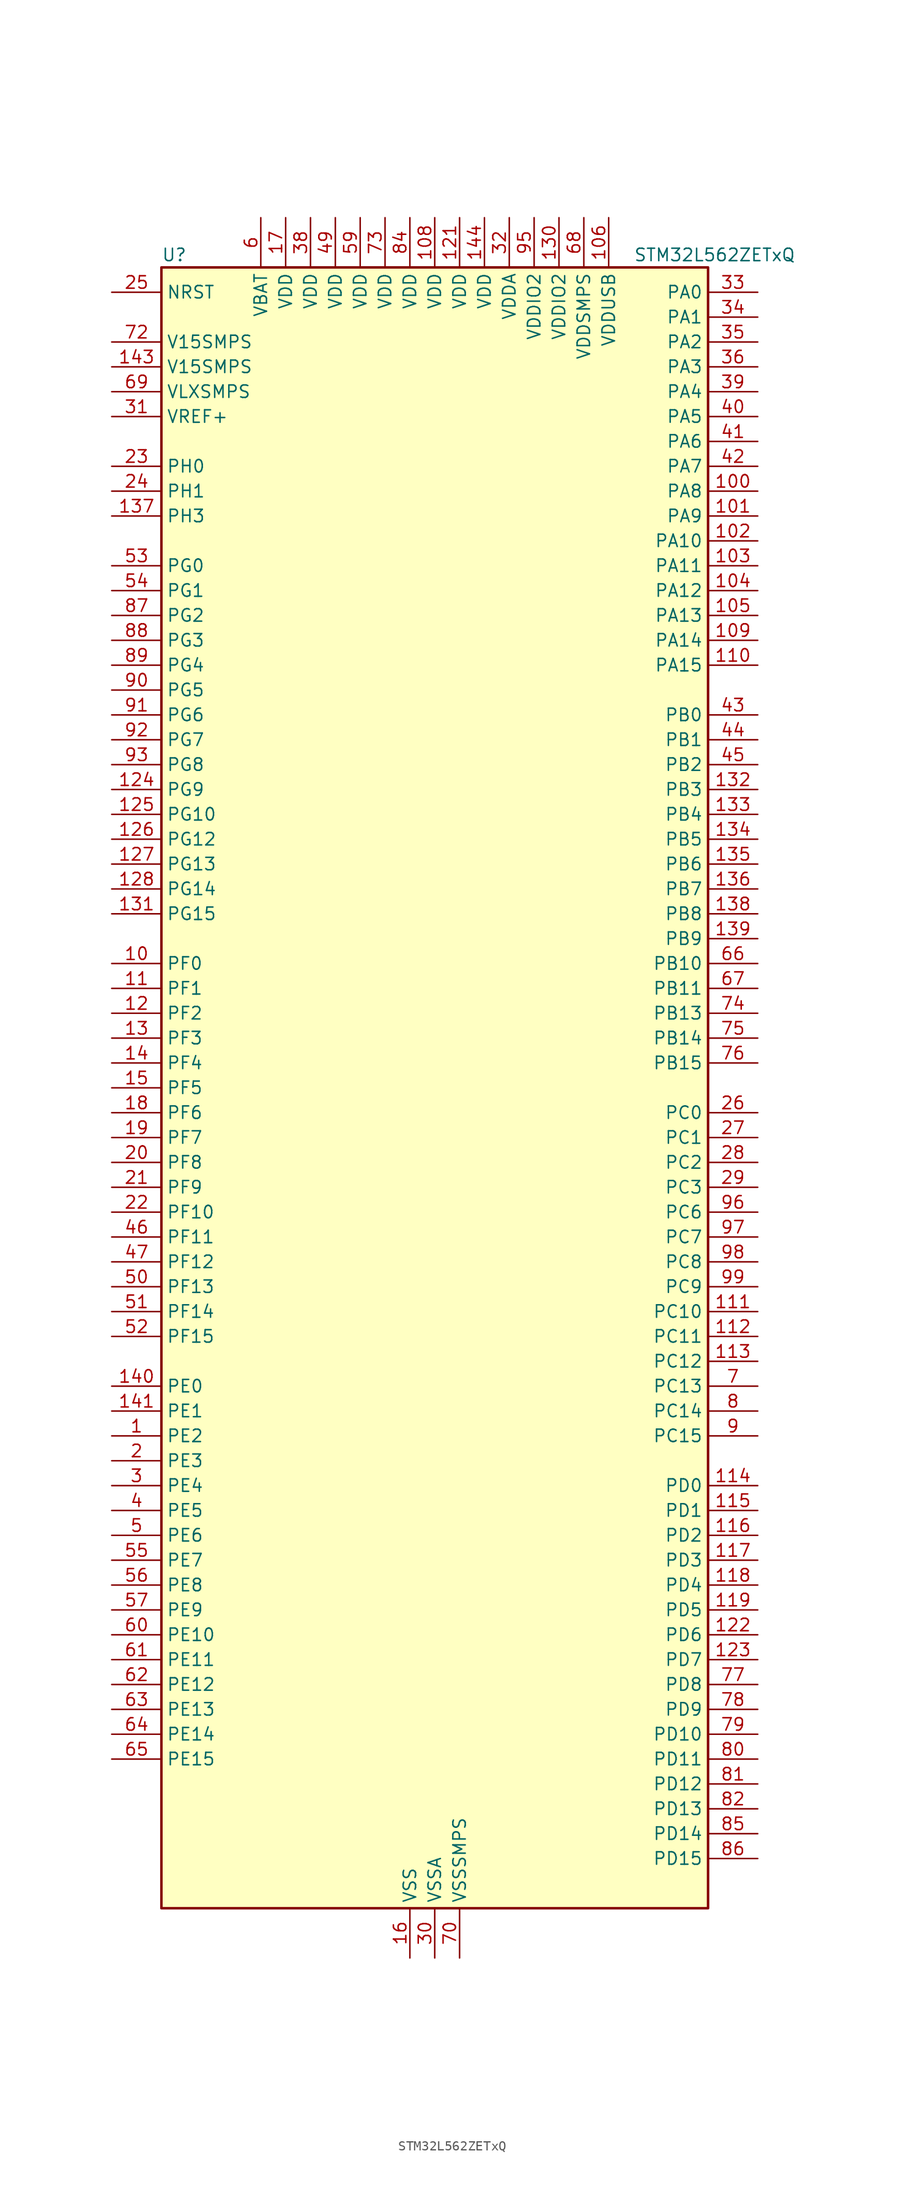
<source format=kicad_sym>
(kicad_symbol_lib
  (version 20220914)
  (generator kicad_symbol_editor)
  (symbol "STM32L562ZETxQ"
    (property "Reference" "U"
      (at -27.94 85.09 0)
      (effects (font (size 1.27 1.27)) (justify left)))
    (property "Value" "STM32L562ZETxQ"
      (at 20.32 85.09 0)
      (effects (font (size 1.27 1.27)) (justify left)))
    (property "ki_locked" ""
      (at 0 0 0)
      (effects (font (size 1.27 1.27))))
    (symbol "STM32L562ZETxQ_0_1"
      (rectangle (start -27.94 -83.82) (end 27.94 83.82) (stroke (width 0.254) (type default)) (fill (type background))))
    (symbol "STM32L562ZETxQ_1_1"
      (pin bidirectional line (at -33.02 -35.56 0) (length 5.08) (name "PE2" (effects (font (size 1.27 1.27)))) (number "1" (effects (font (size 1.27 1.27)))) (alternate "DEBUG_TRACECLK" bidirectional line) (alternate "FMC_A23" bidirectional line) (alternate "SAI1_CK1" bidirectional line) (alternate "SAI1_MCLK_A" bidirectional line) (alternate "TIM3_ETR" bidirectional line) (alternate "TSC_G7_IO1" bidirectional line))
      (pin bidirectional line (at -33.02 12.7 0) (length 5.08) (name "PF0" (effects (font (size 1.27 1.27)))) (number "10" (effects (font (size 1.27 1.27)))) (alternate "FMC_A0" bidirectional line) (alternate "I2C2_SDA" bidirectional line))
      (pin bidirectional line (at 33.02 60.96 180) (length 5.08) (name "PA8" (effects (font (size 1.27 1.27)))) (number "100" (effects (font (size 1.27 1.27)))) (alternate "LPTIM2_OUT" bidirectional line) (alternate "RCC_MCO" bidirectional line) (alternate "SAI1_CK2" bidirectional line) (alternate "SAI1_SCK_A" bidirectional line) (alternate "TIM1_CH1" bidirectional line) (alternate "USART1_CK" bidirectional line))
      (pin bidirectional line (at 33.02 58.42 180) (length 5.08) (name "PA9" (effects (font (size 1.27 1.27)))) (number "101" (effects (font (size 1.27 1.27)))) (alternate "DAC1_EXTI9" bidirectional line) (alternate "SAI1_FS_A" bidirectional line) (alternate "SPI2_SCK" bidirectional line) (alternate "TIM15_BKIN" bidirectional line) (alternate "TIM1_CH2" bidirectional line) (alternate "USART1_TX" bidirectional line))
      (pin bidirectional line (at 33.02 55.88 180) (length 5.08) (name "PA10" (effects (font (size 1.27 1.27)))) (number "102" (effects (font (size 1.27 1.27)))) (alternate "CRS_SYNC" bidirectional line) (alternate "SAI1_D1" bidirectional line) (alternate "SAI1_SD_A" bidirectional line) (alternate "TIM17_BKIN" bidirectional line) (alternate "TIM1_CH3" bidirectional line) (alternate "USART1_RX" bidirectional line))
      (pin bidirectional line (at 33.02 53.34 180) (length 5.08) (name "PA11" (effects (font (size 1.27 1.27)))) (number "103" (effects (font (size 1.27 1.27)))) (alternate "ADC1_EXTI11" bidirectional line) (alternate "ADC2_EXTI11" bidirectional line) (alternate "FDCAN1_RX" bidirectional line) (alternate "SPI1_MISO" bidirectional line) (alternate "TIM1_BKIN2" bidirectional line) (alternate "TIM1_CH4" bidirectional line) (alternate "USART1_CTS" bidirectional line) (alternate "USART1_NSS" bidirectional line) (alternate "USB_DM" bidirectional line))
      (pin bidirectional line (at 33.02 50.8 180) (length 5.08) (name "PA12" (effects (font (size 1.27 1.27)))) (number "104" (effects (font (size 1.27 1.27)))) (alternate "FDCAN1_TX" bidirectional line) (alternate "SPI1_MOSI" bidirectional line) (alternate "TIM1_ETR" bidirectional line) (alternate "USART1_DE" bidirectional line) (alternate "USART1_RTS" bidirectional line) (alternate "USB_DP" bidirectional line))
      (pin bidirectional line (at 33.02 48.26 180) (length 5.08) (name "PA13" (effects (font (size 1.27 1.27)))) (number "105" (effects (font (size 1.27 1.27)))) (alternate "DEBUG_JTMS-SWDIO" bidirectional line) (alternate "IR_OUT" bidirectional line) (alternate "SAI1_SD_B" bidirectional line) (alternate "USB_NOE" bidirectional line))
      (pin power_in line (at 17.78 88.9 270) (length 5.08) (name "VDDUSB" (effects (font (size 1.27 1.27)))) (number "106" (effects (font (size 1.27 1.27)))))
      (pin passive line (at -2.54 -88.9 90) (length 5.08) hide (name "VSS" (effects (font (size 1.27 1.27)))) (number "107" (effects (font (size 1.27 1.27)))))
      (pin power_in line (at 0 88.9 270) (length 5.08) (name "VDD" (effects (font (size 1.27 1.27)))) (number "108" (effects (font (size 1.27 1.27)))))
      (pin bidirectional line (at 33.02 45.72 180) (length 5.08) (name "PA14" (effects (font (size 1.27 1.27)))) (number "109" (effects (font (size 1.27 1.27)))) (alternate "DEBUG_JTCK-SWCLK" bidirectional line) (alternate "I2C1_SMBA" bidirectional line) (alternate "I2C4_SMBA" bidirectional line) (alternate "LPTIM1_OUT" bidirectional line) (alternate "SAI1_FS_B" bidirectional line))
      (pin bidirectional line (at -33.02 10.16 0) (length 5.08) (name "PF1" (effects (font (size 1.27 1.27)))) (number "11" (effects (font (size 1.27 1.27)))) (alternate "FMC_A1" bidirectional line) (alternate "I2C2_SCL" bidirectional line))
      (pin bidirectional line (at 33.02 43.18 180) (length 5.08) (name "PA15" (effects (font (size 1.27 1.27)))) (number "110" (effects (font (size 1.27 1.27)))) (alternate "ADC1_EXTI15" bidirectional line) (alternate "ADC2_EXTI15" bidirectional line) (alternate "DEBUG_JTDI" bidirectional line) (alternate "SAI2_FS_B" bidirectional line) (alternate "SPI1_NSS" bidirectional line) (alternate "SPI3_NSS" bidirectional line) (alternate "TIM2_CH1" bidirectional line) (alternate "TIM2_ETR" bidirectional line) (alternate "UART4_DE" bidirectional line) (alternate "UART4_RTS" bidirectional line) (alternate "UCPD1_CC1" bidirectional line) (alternate "USART2_RX" bidirectional line) (alternate "USART3_DE" bidirectional line) (alternate "USART3_RTS" bidirectional line))
      (pin bidirectional line (at 33.02 -22.86 180) (length 5.08) (name "PC10" (effects (font (size 1.27 1.27)))) (number "111" (effects (font (size 1.27 1.27)))) (alternate "DEBUG_TRACED1" bidirectional line) (alternate "LPTIM3_ETR" bidirectional line) (alternate "SAI2_SCK_B" bidirectional line) (alternate "SDMMC1_D2" bidirectional line) (alternate "SPI3_SCK" bidirectional line) (alternate "TSC_G3_IO2" bidirectional line) (alternate "UART4_TX" bidirectional line) (alternate "USART3_TX" bidirectional line))
      (pin bidirectional line (at 33.02 -25.4 180) (length 5.08) (name "PC11" (effects (font (size 1.27 1.27)))) (number "112" (effects (font (size 1.27 1.27)))) (alternate "ADC1_EXTI11" bidirectional line) (alternate "ADC2_EXTI11" bidirectional line) (alternate "LPTIM3_IN1" bidirectional line) (alternate "OCTOSPI1_NCS" bidirectional line) (alternate "SAI2_MCLK_B" bidirectional line) (alternate "SDMMC1_D3" bidirectional line) (alternate "SPI3_MISO" bidirectional line) (alternate "TSC_G3_IO3" bidirectional line) (alternate "UART4_RX" bidirectional line) (alternate "UCPD1_FRSTX2" bidirectional line) (alternate "USART3_RX" bidirectional line))
      (pin bidirectional line (at 33.02 -27.94 180) (length 5.08) (name "PC12" (effects (font (size 1.27 1.27)))) (number "113" (effects (font (size 1.27 1.27)))) (alternate "DEBUG_TRACED3" bidirectional line) (alternate "SAI2_SD_B" bidirectional line) (alternate "SDMMC1_CK" bidirectional line) (alternate "SPI3_MOSI" bidirectional line) (alternate "TSC_G3_IO4" bidirectional line) (alternate "UART5_TX" bidirectional line) (alternate "USART3_CK" bidirectional line))
      (pin bidirectional line (at 33.02 -40.64 180) (length 5.08) (name "PD0" (effects (font (size 1.27 1.27)))) (number "114" (effects (font (size 1.27 1.27)))) (alternate "FDCAN1_RX" bidirectional line) (alternate "FMC_D2" bidirectional line) (alternate "FMC_DA2" bidirectional line) (alternate "SPI2_NSS" bidirectional line))
      (pin bidirectional line (at 33.02 -43.18 180) (length 5.08) (name "PD1" (effects (font (size 1.27 1.27)))) (number "115" (effects (font (size 1.27 1.27)))) (alternate "FDCAN1_TX" bidirectional line) (alternate "FMC_D3" bidirectional line) (alternate "FMC_DA3" bidirectional line) (alternate "SPI2_SCK" bidirectional line))
      (pin bidirectional line (at 33.02 -45.72 180) (length 5.08) (name "PD2" (effects (font (size 1.27 1.27)))) (number "116" (effects (font (size 1.27 1.27)))) (alternate "DEBUG_TRACED2" bidirectional line) (alternate "SDMMC1_CMD" bidirectional line) (alternate "TIM3_ETR" bidirectional line) (alternate "TSC_SYNC" bidirectional line) (alternate "UART5_RX" bidirectional line) (alternate "USART3_DE" bidirectional line) (alternate "USART3_RTS" bidirectional line))
      (pin bidirectional line (at 33.02 -48.26 180) (length 5.08) (name "PD3" (effects (font (size 1.27 1.27)))) (number "117" (effects (font (size 1.27 1.27)))) (alternate "DFSDM1_DATIN0" bidirectional line) (alternate "FMC_CLK" bidirectional line) (alternate "SPI2_MISO" bidirectional line) (alternate "SPI2_SCK" bidirectional line) (alternate "USART2_CTS" bidirectional line) (alternate "USART2_NSS" bidirectional line))
      (pin bidirectional line (at 33.02 -50.8 180) (length 5.08) (name "PD4" (effects (font (size 1.27 1.27)))) (number "118" (effects (font (size 1.27 1.27)))) (alternate "DFSDM1_CKIN0" bidirectional line) (alternate "FMC_NOE" bidirectional line) (alternate "OCTOSPI1_IO4" bidirectional line) (alternate "SPI2_MOSI" bidirectional line) (alternate "USART2_DE" bidirectional line) (alternate "USART2_RTS" bidirectional line))
      (pin bidirectional line (at 33.02 -53.34 180) (length 5.08) (name "PD5" (effects (font (size 1.27 1.27)))) (number "119" (effects (font (size 1.27 1.27)))) (alternate "FMC_NWE" bidirectional line) (alternate "OCTOSPI1_IO5" bidirectional line) (alternate "USART2_TX" bidirectional line))
      (pin bidirectional line (at -33.02 7.62 0) (length 5.08) (name "PF2" (effects (font (size 1.27 1.27)))) (number "12" (effects (font (size 1.27 1.27)))) (alternate "FMC_A2" bidirectional line) (alternate "I2C2_SMBA" bidirectional line))
      (pin passive line (at -2.54 -88.9 90) (length 5.08) hide (name "VSS" (effects (font (size 1.27 1.27)))) (number "120" (effects (font (size 1.27 1.27)))))
      (pin power_in line (at 2.54 88.9 270) (length 5.08) (name "VDD" (effects (font (size 1.27 1.27)))) (number "121" (effects (font (size 1.27 1.27)))))
      (pin bidirectional line (at 33.02 -55.88 180) (length 5.08) (name "PD6" (effects (font (size 1.27 1.27)))) (number "122" (effects (font (size 1.27 1.27)))) (alternate "DFSDM1_DATIN1" bidirectional line) (alternate "FMC_NWAIT" bidirectional line) (alternate "OCTOSPI1_IO6" bidirectional line) (alternate "SAI1_D1" bidirectional line) (alternate "SAI1_SD_A" bidirectional line) (alternate "SPI3_MOSI" bidirectional line) (alternate "USART2_RX" bidirectional line))
      (pin bidirectional line (at 33.02 -58.42 180) (length 5.08) (name "PD7" (effects (font (size 1.27 1.27)))) (number "123" (effects (font (size 1.27 1.27)))) (alternate "DFSDM1_CKIN1" bidirectional line) (alternate "FMC_NCE" bidirectional line) (alternate "FMC_NE1" bidirectional line) (alternate "OCTOSPI1_IO7" bidirectional line) (alternate "USART2_CK" bidirectional line))
      (pin bidirectional line (at -33.02 30.48 0) (length 5.08) (name "PG9" (effects (font (size 1.27 1.27)))) (number "124" (effects (font (size 1.27 1.27)))) (alternate "DAC1_EXTI9" bidirectional line) (alternate "FMC_NCE" bidirectional line) (alternate "FMC_NE2" bidirectional line) (alternate "SAI2_SCK_A" bidirectional line) (alternate "SPI3_SCK" bidirectional line) (alternate "TIM15_CH1N" bidirectional line) (alternate "USART1_TX" bidirectional line))
      (pin bidirectional line (at -33.02 27.94 0) (length 5.08) (name "PG10" (effects (font (size 1.27 1.27)))) (number "125" (effects (font (size 1.27 1.27)))) (alternate "FMC_NE3" bidirectional line) (alternate "LPTIM1_IN1" bidirectional line) (alternate "SAI2_FS_A" bidirectional line) (alternate "SPI3_MISO" bidirectional line) (alternate "TIM15_CH1" bidirectional line) (alternate "USART1_RX" bidirectional line))
      (pin bidirectional line (at -33.02 25.4 0) (length 5.08) (name "PG12" (effects (font (size 1.27 1.27)))) (number "126" (effects (font (size 1.27 1.27)))) (alternate "FMC_NE4" bidirectional line) (alternate "LPTIM1_ETR" bidirectional line) (alternate "SAI2_SD_A" bidirectional line) (alternate "SPI3_NSS" bidirectional line) (alternate "USART1_DE" bidirectional line) (alternate "USART1_RTS" bidirectional line))
      (pin bidirectional line (at -33.02 22.86 0) (length 5.08) (name "PG13" (effects (font (size 1.27 1.27)))) (number "127" (effects (font (size 1.27 1.27)))) (alternate "FMC_A24" bidirectional line) (alternate "I2C1_SDA" bidirectional line) (alternate "USART1_CK" bidirectional line))
      (pin bidirectional line (at -33.02 20.32 0) (length 5.08) (name "PG14" (effects (font (size 1.27 1.27)))) (number "128" (effects (font (size 1.27 1.27)))) (alternate "FMC_A25" bidirectional line) (alternate "I2C1_SCL" bidirectional line))
      (pin passive line (at -2.54 -88.9 90) (length 5.08) hide (name "VSS" (effects (font (size 1.27 1.27)))) (number "129" (effects (font (size 1.27 1.27)))))
      (pin bidirectional line (at -33.02 5.08 0) (length 5.08) (name "PF3" (effects (font (size 1.27 1.27)))) (number "13" (effects (font (size 1.27 1.27)))) (alternate "FMC_A3" bidirectional line) (alternate "LPTIM3_IN1" bidirectional line))
      (pin power_in line (at 12.7 88.9 270) (length 5.08) (name "VDDIO2" (effects (font (size 1.27 1.27)))) (number "130" (effects (font (size 1.27 1.27)))))
      (pin bidirectional line (at -33.02 17.78 0) (length 5.08) (name "PG15" (effects (font (size 1.27 1.27)))) (number "131" (effects (font (size 1.27 1.27)))) (alternate "ADC1_EXTI15" bidirectional line) (alternate "ADC2_EXTI15" bidirectional line) (alternate "I2C1_SMBA" bidirectional line) (alternate "LPTIM1_OUT" bidirectional line))
      (pin bidirectional line (at 33.02 30.48 180) (length 5.08) (name "PB3" (effects (font (size 1.27 1.27)))) (number "132" (effects (font (size 1.27 1.27)))) (alternate "COMP2_INM" bidirectional line) (alternate "CRS_SYNC" bidirectional line) (alternate "DEBUG_JTDO-SWO" bidirectional line) (alternate "SAI1_SCK_B" bidirectional line) (alternate "SPI1_SCK" bidirectional line) (alternate "SPI3_SCK" bidirectional line) (alternate "TIM2_CH2" bidirectional line) (alternate "USART1_DE" bidirectional line) (alternate "USART1_RTS" bidirectional line))
      (pin bidirectional line (at 33.02 27.94 180) (length 5.08) (name "PB4" (effects (font (size 1.27 1.27)))) (number "133" (effects (font (size 1.27 1.27)))) (alternate "COMP2_INP" bidirectional line) (alternate "DEBUG_JTRST" bidirectional line) (alternate "I2C3_SDA" bidirectional line) (alternate "SAI1_MCLK_B" bidirectional line) (alternate "SPI1_MISO" bidirectional line) (alternate "SPI3_MISO" bidirectional line) (alternate "TIM17_BKIN" bidirectional line) (alternate "TIM3_CH1" bidirectional line) (alternate "TSC_G2_IO1" bidirectional line) (alternate "UART5_DE" bidirectional line) (alternate "UART5_RTS" bidirectional line) (alternate "USART1_CTS" bidirectional line) (alternate "USART1_NSS" bidirectional line))
      (pin bidirectional line (at 33.02 25.4 180) (length 5.08) (name "PB5" (effects (font (size 1.27 1.27)))) (number "134" (effects (font (size 1.27 1.27)))) (alternate "COMP2_OUT" bidirectional line) (alternate "I2C1_SMBA" bidirectional line) (alternate "LPTIM1_IN1" bidirectional line) (alternate "OCTOSPI1_NCLK" bidirectional line) (alternate "SAI1_SD_B" bidirectional line) (alternate "SPI1_MOSI" bidirectional line) (alternate "SPI3_MOSI" bidirectional line) (alternate "TIM16_BKIN" bidirectional line) (alternate "TIM3_CH2" bidirectional line) (alternate "TSC_G2_IO2" bidirectional line) (alternate "UART5_CTS" bidirectional line) (alternate "UCPD1_DBCC1" bidirectional line) (alternate "USART1_CK" bidirectional line))
      (pin bidirectional line (at 33.02 22.86 180) (length 5.08) (name "PB6" (effects (font (size 1.27 1.27)))) (number "135" (effects (font (size 1.27 1.27)))) (alternate "COMP2_INP" bidirectional line) (alternate "I2C1_SCL" bidirectional line) (alternate "I2C4_SCL" bidirectional line) (alternate "LPTIM1_ETR" bidirectional line) (alternate "SAI1_FS_B" bidirectional line) (alternate "TIM16_CH1N" bidirectional line) (alternate "TIM4_CH1" bidirectional line) (alternate "TIM8_BKIN2" bidirectional line) (alternate "TSC_G2_IO3" bidirectional line) (alternate "USART1_TX" bidirectional line))
      (pin bidirectional line (at 33.02 20.32 180) (length 5.08) (name "PB7" (effects (font (size 1.27 1.27)))) (number "136" (effects (font (size 1.27 1.27)))) (alternate "COMP2_INM" bidirectional line) (alternate "FMC_NL" bidirectional line) (alternate "I2C1_SDA" bidirectional line) (alternate "I2C4_SDA" bidirectional line) (alternate "LPTIM1_IN2" bidirectional line) (alternate "PWR_PVD_IN" bidirectional line) (alternate "TIM17_CH1N" bidirectional line) (alternate "TIM4_CH2" bidirectional line) (alternate "TIM8_BKIN" bidirectional line) (alternate "TSC_G2_IO4" bidirectional line) (alternate "UART4_CTS" bidirectional line) (alternate "USART1_RX" bidirectional line))
      (pin bidirectional line (at -33.02 58.42 0) (length 5.08) (name "PH3" (effects (font (size 1.27 1.27)))) (number "137" (effects (font (size 1.27 1.27)))))
      (pin bidirectional line (at 33.02 17.78 180) (length 5.08) (name "PB8" (effects (font (size 1.27 1.27)))) (number "138" (effects (font (size 1.27 1.27)))) (alternate "DFSDM1_CKOUT" bidirectional line) (alternate "FDCAN1_RX" bidirectional line) (alternate "I2C1_SCL" bidirectional line) (alternate "SAI1_CK1" bidirectional line) (alternate "SAI1_MCLK_A" bidirectional line) (alternate "SDMMC1_CKIN" bidirectional line) (alternate "SDMMC1_D4" bidirectional line) (alternate "TIM16_CH1" bidirectional line) (alternate "TIM4_CH3" bidirectional line))
      (pin bidirectional line (at 33.02 15.24 180) (length 5.08) (name "PB9" (effects (font (size 1.27 1.27)))) (number "139" (effects (font (size 1.27 1.27)))) (alternate "DAC1_EXTI9" bidirectional line) (alternate "FDCAN1_TX" bidirectional line) (alternate "I2C1_SDA" bidirectional line) (alternate "IR_OUT" bidirectional line) (alternate "SAI1_D2" bidirectional line) (alternate "SAI1_FS_A" bidirectional line) (alternate "SDMMC1_CDIR" bidirectional line) (alternate "SDMMC1_D5" bidirectional line) (alternate "SPI2_NSS" bidirectional line) (alternate "TIM17_CH1" bidirectional line) (alternate "TIM4_CH4" bidirectional line))
      (pin bidirectional line (at -33.02 2.54 0) (length 5.08) (name "PF4" (effects (font (size 1.27 1.27)))) (number "14" (effects (font (size 1.27 1.27)))) (alternate "FMC_A4" bidirectional line) (alternate "LPTIM3_ETR" bidirectional line))
      (pin bidirectional line (at -33.02 -30.48 0) (length 5.08) (name "PE0" (effects (font (size 1.27 1.27)))) (number "140" (effects (font (size 1.27 1.27)))) (alternate "FMC_NBL0" bidirectional line) (alternate "TIM16_CH1" bidirectional line) (alternate "TIM4_ETR" bidirectional line))
      (pin bidirectional line (at -33.02 -33.02 0) (length 5.08) (name "PE1" (effects (font (size 1.27 1.27)))) (number "141" (effects (font (size 1.27 1.27)))) (alternate "FMC_NBL1" bidirectional line) (alternate "TIM17_CH1" bidirectional line))
      (pin passive line (at -2.54 -88.9 90) (length 5.08) hide (name "VSS" (effects (font (size 1.27 1.27)))) (number "142" (effects (font (size 1.27 1.27)))))
      (pin power_in line (at -33.02 73.66 0) (length 5.08) (name "V15SMPS" (effects (font (size 1.27 1.27)))) (number "143" (effects (font (size 1.27 1.27)))))
      (pin power_in line (at 5.08 88.9 270) (length 5.08) (name "VDD" (effects (font (size 1.27 1.27)))) (number "144" (effects (font (size 1.27 1.27)))))
      (pin bidirectional line (at -33.02 0 0) (length 5.08) (name "PF5" (effects (font (size 1.27 1.27)))) (number "15" (effects (font (size 1.27 1.27)))) (alternate "FMC_A5" bidirectional line) (alternate "LPTIM3_OUT" bidirectional line))
      (pin power_in line (at -2.54 -88.9 90) (length 5.08) (name "VSS" (effects (font (size 1.27 1.27)))) (number "16" (effects (font (size 1.27 1.27)))))
      (pin power_in line (at -15.24 88.9 270) (length 5.08) (name "VDD" (effects (font (size 1.27 1.27)))) (number "17" (effects (font (size 1.27 1.27)))))
      (pin bidirectional line (at -33.02 -2.54 0) (length 5.08) (name "PF6" (effects (font (size 1.27 1.27)))) (number "18" (effects (font (size 1.27 1.27)))) (alternate "OCTOSPI1_IO3" bidirectional line) (alternate "SAI1_SD_B" bidirectional line) (alternate "TIM5_CH1" bidirectional line) (alternate "TIM5_ETR" bidirectional line))
      (pin bidirectional line (at -33.02 -5.08 0) (length 5.08) (name "PF7" (effects (font (size 1.27 1.27)))) (number "19" (effects (font (size 1.27 1.27)))) (alternate "OCTOSPI1_IO2" bidirectional line) (alternate "SAI1_MCLK_B" bidirectional line) (alternate "TAMP_IN6" bidirectional line) (alternate "TAMP_OUT3" bidirectional line) (alternate "TIM5_CH2" bidirectional line))
      (pin bidirectional line (at -33.02 -38.1 0) (length 5.08) (name "PE3" (effects (font (size 1.27 1.27)))) (number "2" (effects (font (size 1.27 1.27)))) (alternate "DEBUG_TRACED0" bidirectional line) (alternate "FMC_A19" bidirectional line) (alternate "OCTOSPI1_DQS" bidirectional line) (alternate "SAI1_SD_B" bidirectional line) (alternate "TIM3_CH1" bidirectional line) (alternate "TSC_G7_IO2" bidirectional line))
      (pin bidirectional line (at -33.02 -7.62 0) (length 5.08) (name "PF8" (effects (font (size 1.27 1.27)))) (number "20" (effects (font (size 1.27 1.27)))) (alternate "OCTOSPI1_IO0" bidirectional line) (alternate "SAI1_SCK_B" bidirectional line) (alternate "TAMP_IN7" bidirectional line) (alternate "TAMP_OUT8" bidirectional line) (alternate "TIM5_CH3" bidirectional line))
      (pin bidirectional line (at -33.02 -10.16 0) (length 5.08) (name "PF9" (effects (font (size 1.27 1.27)))) (number "21" (effects (font (size 1.27 1.27)))) (alternate "DAC1_EXTI9" bidirectional line) (alternate "OCTOSPI1_IO1" bidirectional line) (alternate "SAI1_FS_B" bidirectional line) (alternate "TAMP_IN8" bidirectional line) (alternate "TAMP_OUT7" bidirectional line) (alternate "TIM15_CH1" bidirectional line) (alternate "TIM5_CH4" bidirectional line))
      (pin bidirectional line (at -33.02 -12.7 0) (length 5.08) (name "PF10" (effects (font (size 1.27 1.27)))) (number "22" (effects (font (size 1.27 1.27)))) (alternate "DFSDM1_CKOUT" bidirectional line) (alternate "OCTOSPI1_CLK" bidirectional line) (alternate "SAI1_D3" bidirectional line) (alternate "TIM15_CH2" bidirectional line))
      (pin bidirectional line (at -33.02 63.5 0) (length 5.08) (name "PH0" (effects (font (size 1.27 1.27)))) (number "23" (effects (font (size 1.27 1.27)))) (alternate "RCC_OSC_IN" bidirectional line))
      (pin bidirectional line (at -33.02 60.96 0) (length 5.08) (name "PH1" (effects (font (size 1.27 1.27)))) (number "24" (effects (font (size 1.27 1.27)))) (alternate "RCC_OSC_OUT" bidirectional line))
      (pin input line (at -33.02 81.28 0) (length 5.08) (name "NRST" (effects (font (size 1.27 1.27)))) (number "25" (effects (font (size 1.27 1.27)))))
      (pin bidirectional line (at 33.02 -2.54 180) (length 5.08) (name "PC0" (effects (font (size 1.27 1.27)))) (number "26" (effects (font (size 1.27 1.27)))) (alternate "ADC1_IN1" bidirectional line) (alternate "ADC2_IN1" bidirectional line) (alternate "I2C3_SCL" bidirectional line) (alternate "LPTIM1_IN1" bidirectional line) (alternate "LPTIM2_IN1" bidirectional line) (alternate "LPUART1_RX" bidirectional line) (alternate "OCTOSPI1_IO7" bidirectional line) (alternate "SAI2_FS_A" bidirectional line) (alternate "SDMMC1_D5" bidirectional line))
      (pin bidirectional line (at 33.02 -5.08 180) (length 5.08) (name "PC1" (effects (font (size 1.27 1.27)))) (number "27" (effects (font (size 1.27 1.27)))) (alternate "ADC1_IN2" bidirectional line) (alternate "ADC2_IN2" bidirectional line) (alternate "DEBUG_TRACED0" bidirectional line) (alternate "I2C3_SDA" bidirectional line) (alternate "LPTIM1_OUT" bidirectional line) (alternate "LPUART1_TX" bidirectional line) (alternate "OCTOSPI1_IO4" bidirectional line) (alternate "SAI1_SD_A" bidirectional line) (alternate "SPI2_MOSI" bidirectional line))
      (pin bidirectional line (at 33.02 -7.62 180) (length 5.08) (name "PC2" (effects (font (size 1.27 1.27)))) (number "28" (effects (font (size 1.27 1.27)))) (alternate "ADC1_IN3" bidirectional line) (alternate "ADC2_IN3" bidirectional line) (alternate "DFSDM1_CKOUT" bidirectional line) (alternate "LPTIM1_IN2" bidirectional line) (alternate "OCTOSPI1_IO5" bidirectional line) (alternate "SPI2_MISO" bidirectional line))
      (pin bidirectional line (at 33.02 -10.16 180) (length 5.08) (name "PC3" (effects (font (size 1.27 1.27)))) (number "29" (effects (font (size 1.27 1.27)))) (alternate "ADC1_IN4" bidirectional line) (alternate "ADC2_IN4" bidirectional line) (alternate "LPTIM1_ETR" bidirectional line) (alternate "LPTIM2_ETR" bidirectional line) (alternate "LPTIM3_OUT" bidirectional line) (alternate "OCTOSPI1_IO6" bidirectional line) (alternate "SAI1_D1" bidirectional line) (alternate "SAI1_SD_A" bidirectional line) (alternate "SPI2_MOSI" bidirectional line))
      (pin bidirectional line (at -33.02 -40.64 0) (length 5.08) (name "PE4" (effects (font (size 1.27 1.27)))) (number "3" (effects (font (size 1.27 1.27)))) (alternate "DEBUG_TRACED1" bidirectional line) (alternate "DFSDM1_DATIN3" bidirectional line) (alternate "FMC_A20" bidirectional line) (alternate "SAI1_D2" bidirectional line) (alternate "SAI1_FS_A" bidirectional line) (alternate "TIM3_CH2" bidirectional line) (alternate "TSC_G7_IO3" bidirectional line))
      (pin power_in line (at 0 -88.9 90) (length 5.08) (name "VSSA" (effects (font (size 1.27 1.27)))) (number "30" (effects (font (size 1.27 1.27)))))
      (pin input line (at -33.02 68.58 0) (length 5.08) (name "VREF+" (effects (font (size 1.27 1.27)))) (number "31" (effects (font (size 1.27 1.27)))))
      (pin power_in line (at 7.62 88.9 270) (length 5.08) (name "VDDA" (effects (font (size 1.27 1.27)))) (number "32" (effects (font (size 1.27 1.27)))))
      (pin bidirectional line (at 33.02 81.28 180) (length 5.08) (name "PA0" (effects (font (size 1.27 1.27)))) (number "33" (effects (font (size 1.27 1.27)))) (alternate "ADC1_IN5" bidirectional line) (alternate "ADC2_IN5" bidirectional line) (alternate "OPAMP1_VINP" bidirectional line) (alternate "PWR_WKUP1" bidirectional line) (alternate "SAI1_EXTCLK" bidirectional line) (alternate "TAMP_IN2" bidirectional line) (alternate "TAMP_OUT1" bidirectional line) (alternate "TIM2_CH1" bidirectional line) (alternate "TIM2_ETR" bidirectional line) (alternate "TIM5_CH1" bidirectional line) (alternate "TIM8_ETR" bidirectional line) (alternate "UART4_TX" bidirectional line) (alternate "USART2_CTS" bidirectional line) (alternate "USART2_NSS" bidirectional line))
      (pin bidirectional line (at 33.02 78.74 180) (length 5.08) (name "PA1" (effects (font (size 1.27 1.27)))) (number "34" (effects (font (size 1.27 1.27)))) (alternate "ADC1_IN6" bidirectional line) (alternate "ADC2_IN6" bidirectional line) (alternate "I2C1_SMBA" bidirectional line) (alternate "OCTOSPI1_DQS" bidirectional line) (alternate "OPAMP1_VINM" bidirectional line) (alternate "SPI1_SCK" bidirectional line) (alternate "TAMP_IN5" bidirectional line) (alternate "TAMP_OUT4" bidirectional line) (alternate "TIM15_CH1N" bidirectional line) (alternate "TIM2_CH2" bidirectional line) (alternate "TIM5_CH2" bidirectional line) (alternate "UART4_RX" bidirectional line) (alternate "USART2_DE" bidirectional line) (alternate "USART2_RTS" bidirectional line))
      (pin bidirectional line (at 33.02 76.2 180) (length 5.08) (name "PA2" (effects (font (size 1.27 1.27)))) (number "35" (effects (font (size 1.27 1.27)))) (alternate "ADC1_IN7" bidirectional line) (alternate "ADC2_IN7" bidirectional line) (alternate "COMP1_INP" bidirectional line) (alternate "LPUART1_TX" bidirectional line) (alternate "OCTOSPI1_NCS" bidirectional line) (alternate "PWR_WKUP4" bidirectional line) (alternate "RCC_LSCO" bidirectional line) (alternate "SAI2_EXTCLK" bidirectional line) (alternate "TIM15_CH1" bidirectional line) (alternate "TIM2_CH3" bidirectional line) (alternate "TIM5_CH3" bidirectional line) (alternate "UCPD1_FRSTX1" bidirectional line) (alternate "USART2_TX" bidirectional line))
      (pin bidirectional line (at 33.02 73.66 180) (length 5.08) (name "PA3" (effects (font (size 1.27 1.27)))) (number "36" (effects (font (size 1.27 1.27)))) (alternate "ADC1_IN8" bidirectional line) (alternate "ADC2_IN8" bidirectional line) (alternate "LPUART1_RX" bidirectional line) (alternate "OCTOSPI1_CLK" bidirectional line) (alternate "OPAMP1_VOUT" bidirectional line) (alternate "SAI1_CK1" bidirectional line) (alternate "SAI1_MCLK_A" bidirectional line) (alternate "TIM15_CH2" bidirectional line) (alternate "TIM2_CH4" bidirectional line) (alternate "TIM5_CH4" bidirectional line) (alternate "USART2_RX" bidirectional line))
      (pin passive line (at -2.54 -88.9 90) (length 5.08) hide (name "VSS" (effects (font (size 1.27 1.27)))) (number "37" (effects (font (size 1.27 1.27)))))
      (pin power_in line (at -12.7 88.9 270) (length 5.08) (name "VDD" (effects (font (size 1.27 1.27)))) (number "38" (effects (font (size 1.27 1.27)))))
      (pin bidirectional line (at 33.02 71.12 180) (length 5.08) (name "PA4" (effects (font (size 1.27 1.27)))) (number "39" (effects (font (size 1.27 1.27)))) (alternate "ADC1_IN9" bidirectional line) (alternate "ADC2_IN9" bidirectional line) (alternate "DAC1_OUT1" bidirectional line) (alternate "LPTIM2_OUT" bidirectional line) (alternate "OCTOSPI1_NCS" bidirectional line) (alternate "SAI1_FS_B" bidirectional line) (alternate "SPI1_NSS" bidirectional line) (alternate "SPI3_NSS" bidirectional line) (alternate "USART2_CK" bidirectional line))
      (pin bidirectional line (at -33.02 -43.18 0) (length 5.08) (name "PE5" (effects (font (size 1.27 1.27)))) (number "4" (effects (font (size 1.27 1.27)))) (alternate "DEBUG_TRACED2" bidirectional line) (alternate "DFSDM1_CKIN3" bidirectional line) (alternate "FMC_A21" bidirectional line) (alternate "SAI1_CK2" bidirectional line) (alternate "SAI1_SCK_A" bidirectional line) (alternate "TIM3_CH3" bidirectional line) (alternate "TSC_G7_IO4" bidirectional line))
      (pin bidirectional line (at 33.02 68.58 180) (length 5.08) (name "PA5" (effects (font (size 1.27 1.27)))) (number "40" (effects (font (size 1.27 1.27)))) (alternate "ADC1_IN10" bidirectional line) (alternate "ADC2_IN10" bidirectional line) (alternate "DAC1_OUT2" bidirectional line) (alternate "LPTIM2_ETR" bidirectional line) (alternate "SPI1_SCK" bidirectional line) (alternate "TIM2_CH1" bidirectional line) (alternate "TIM2_ETR" bidirectional line) (alternate "TIM8_CH1N" bidirectional line))
      (pin bidirectional line (at 33.02 66.04 180) (length 5.08) (name "PA6" (effects (font (size 1.27 1.27)))) (number "41" (effects (font (size 1.27 1.27)))) (alternate "ADC1_IN11" bidirectional line) (alternate "ADC2_IN11" bidirectional line) (alternate "LPUART1_CTS" bidirectional line) (alternate "OCTOSPI1_IO3" bidirectional line) (alternate "OPAMP2_VINP" bidirectional line) (alternate "SPI1_MISO" bidirectional line) (alternate "TIM16_CH1" bidirectional line) (alternate "TIM1_BKIN" bidirectional line) (alternate "TIM3_CH1" bidirectional line) (alternate "TIM8_BKIN" bidirectional line) (alternate "USART3_CTS" bidirectional line) (alternate "USART3_NSS" bidirectional line))
      (pin bidirectional line (at 33.02 63.5 180) (length 5.08) (name "PA7" (effects (font (size 1.27 1.27)))) (number "42" (effects (font (size 1.27 1.27)))) (alternate "ADC1_IN12" bidirectional line) (alternate "ADC2_IN12" bidirectional line) (alternate "I2C3_SCL" bidirectional line) (alternate "OCTOSPI1_IO2" bidirectional line) (alternate "OPAMP2_VINM" bidirectional line) (alternate "SPI1_MOSI" bidirectional line) (alternate "TIM17_CH1" bidirectional line) (alternate "TIM1_CH1N" bidirectional line) (alternate "TIM3_CH2" bidirectional line) (alternate "TIM8_CH1N" bidirectional line))
      (pin bidirectional line (at 33.02 38.1 180) (length 5.08) (name "PB0" (effects (font (size 1.27 1.27)))) (number "43" (effects (font (size 1.27 1.27)))) (alternate "ADC1_IN15" bidirectional line) (alternate "ADC2_IN15" bidirectional line) (alternate "COMP1_OUT" bidirectional line) (alternate "OCTOSPI1_IO1" bidirectional line) (alternate "OPAMP2_VOUT" bidirectional line) (alternate "SAI1_EXTCLK" bidirectional line) (alternate "SPI1_NSS" bidirectional line) (alternate "TIM1_CH2N" bidirectional line) (alternate "TIM3_CH3" bidirectional line) (alternate "TIM8_CH2N" bidirectional line) (alternate "USART3_CK" bidirectional line))
      (pin bidirectional line (at 33.02 35.56 180) (length 5.08) (name "PB1" (effects (font (size 1.27 1.27)))) (number "44" (effects (font (size 1.27 1.27)))) (alternate "ADC1_IN16" bidirectional line) (alternate "ADC2_IN16" bidirectional line) (alternate "COMP1_INM" bidirectional line) (alternate "DFSDM1_DATIN0" bidirectional line) (alternate "LPTIM2_IN1" bidirectional line) (alternate "LPUART1_DE" bidirectional line) (alternate "LPUART1_RTS" bidirectional line) (alternate "OCTOSPI1_IO0" bidirectional line) (alternate "TIM1_CH3N" bidirectional line) (alternate "TIM3_CH4" bidirectional line) (alternate "TIM8_CH3N" bidirectional line) (alternate "USART3_DE" bidirectional line) (alternate "USART3_RTS" bidirectional line))
      (pin bidirectional line (at 33.02 33.02 180) (length 5.08) (name "PB2" (effects (font (size 1.27 1.27)))) (number "45" (effects (font (size 1.27 1.27)))) (alternate "COMP1_INP" bidirectional line) (alternate "DFSDM1_CKIN0" bidirectional line) (alternate "I2C3_SMBA" bidirectional line) (alternate "LPTIM1_OUT" bidirectional line) (alternate "OCTOSPI1_DQS" bidirectional line) (alternate "RTC_OUT2" bidirectional line) (alternate "UCPD1_FRSTX1" bidirectional line))
      (pin bidirectional line (at -33.02 -15.24 0) (length 5.08) (name "PF11" (effects (font (size 1.27 1.27)))) (number "46" (effects (font (size 1.27 1.27)))) (alternate "ADC1_EXTI11" bidirectional line) (alternate "ADC2_EXTI11" bidirectional line) (alternate "OCTOSPI1_NCLK" bidirectional line))
      (pin bidirectional line (at -33.02 -17.78 0) (length 5.08) (name "PF12" (effects (font (size 1.27 1.27)))) (number "47" (effects (font (size 1.27 1.27)))) (alternate "FMC_A6" bidirectional line))
      (pin passive line (at -2.54 -88.9 90) (length 5.08) hide (name "VSS" (effects (font (size 1.27 1.27)))) (number "48" (effects (font (size 1.27 1.27)))))
      (pin power_in line (at -10.16 88.9 270) (length 5.08) (name "VDD" (effects (font (size 1.27 1.27)))) (number "49" (effects (font (size 1.27 1.27)))))
      (pin bidirectional line (at -33.02 -45.72 0) (length 5.08) (name "PE6" (effects (font (size 1.27 1.27)))) (number "5" (effects (font (size 1.27 1.27)))) (alternate "DEBUG_TRACED3" bidirectional line) (alternate "FMC_A22" bidirectional line) (alternate "PWR_WKUP3" bidirectional line) (alternate "SAI1_D1" bidirectional line) (alternate "SAI1_SD_A" bidirectional line) (alternate "TAMP_IN3" bidirectional line) (alternate "TAMP_OUT6" bidirectional line) (alternate "TIM3_CH4" bidirectional line))
      (pin bidirectional line (at -33.02 -20.32 0) (length 5.08) (name "PF13" (effects (font (size 1.27 1.27)))) (number "50" (effects (font (size 1.27 1.27)))) (alternate "FMC_A7" bidirectional line) (alternate "I2C4_SMBA" bidirectional line))
      (pin bidirectional line (at -33.02 -22.86 0) (length 5.08) (name "PF14" (effects (font (size 1.27 1.27)))) (number "51" (effects (font (size 1.27 1.27)))) (alternate "FMC_A8" bidirectional line) (alternate "I2C4_SCL" bidirectional line) (alternate "TSC_G8_IO1" bidirectional line))
      (pin bidirectional line (at -33.02 -25.4 0) (length 5.08) (name "PF15" (effects (font (size 1.27 1.27)))) (number "52" (effects (font (size 1.27 1.27)))) (alternate "ADC1_EXTI15" bidirectional line) (alternate "ADC2_EXTI15" bidirectional line) (alternate "FMC_A9" bidirectional line) (alternate "I2C4_SDA" bidirectional line) (alternate "TSC_G8_IO2" bidirectional line))
      (pin bidirectional line (at -33.02 53.34 0) (length 5.08) (name "PG0" (effects (font (size 1.27 1.27)))) (number "53" (effects (font (size 1.27 1.27)))) (alternate "FMC_A10" bidirectional line) (alternate "TSC_G8_IO3" bidirectional line))
      (pin bidirectional line (at -33.02 50.8 0) (length 5.08) (name "PG1" (effects (font (size 1.27 1.27)))) (number "54" (effects (font (size 1.27 1.27)))) (alternate "FMC_A11" bidirectional line) (alternate "TSC_G8_IO4" bidirectional line))
      (pin bidirectional line (at -33.02 -48.26 0) (length 5.08) (name "PE7" (effects (font (size 1.27 1.27)))) (number "55" (effects (font (size 1.27 1.27)))) (alternate "DFSDM1_DATIN2" bidirectional line) (alternate "FMC_D4" bidirectional line) (alternate "FMC_DA4" bidirectional line) (alternate "SAI1_SD_B" bidirectional line) (alternate "TIM1_ETR" bidirectional line))
      (pin bidirectional line (at -33.02 -50.8 0) (length 5.08) (name "PE8" (effects (font (size 1.27 1.27)))) (number "56" (effects (font (size 1.27 1.27)))) (alternate "DFSDM1_CKIN2" bidirectional line) (alternate "FMC_D5" bidirectional line) (alternate "FMC_DA5" bidirectional line) (alternate "SAI1_SCK_B" bidirectional line) (alternate "TIM1_CH1N" bidirectional line))
      (pin bidirectional line (at -33.02 -53.34 0) (length 5.08) (name "PE9" (effects (font (size 1.27 1.27)))) (number "57" (effects (font (size 1.27 1.27)))) (alternate "DAC1_EXTI9" bidirectional line) (alternate "DFSDM1_CKOUT" bidirectional line) (alternate "FMC_D6" bidirectional line) (alternate "FMC_DA6" bidirectional line) (alternate "OCTOSPI1_NCLK" bidirectional line) (alternate "SAI1_FS_B" bidirectional line) (alternate "TIM1_CH1" bidirectional line))
      (pin passive line (at -2.54 -88.9 90) (length 5.08) hide (name "VSS" (effects (font (size 1.27 1.27)))) (number "58" (effects (font (size 1.27 1.27)))))
      (pin power_in line (at -7.62 88.9 270) (length 5.08) (name "VDD" (effects (font (size 1.27 1.27)))) (number "59" (effects (font (size 1.27 1.27)))))
      (pin power_in line (at -17.78 88.9 270) (length 5.08) (name "VBAT" (effects (font (size 1.27 1.27)))) (number "6" (effects (font (size 1.27 1.27)))))
      (pin bidirectional line (at -33.02 -55.88 0) (length 5.08) (name "PE10" (effects (font (size 1.27 1.27)))) (number "60" (effects (font (size 1.27 1.27)))) (alternate "FMC_D7" bidirectional line) (alternate "FMC_DA7" bidirectional line) (alternate "OCTOSPI1_CLK" bidirectional line) (alternate "SAI1_MCLK_B" bidirectional line) (alternate "TIM1_CH2N" bidirectional line) (alternate "TSC_G5_IO1" bidirectional line))
      (pin bidirectional line (at -33.02 -58.42 0) (length 5.08) (name "PE11" (effects (font (size 1.27 1.27)))) (number "61" (effects (font (size 1.27 1.27)))) (alternate "ADC1_EXTI11" bidirectional line) (alternate "ADC2_EXTI11" bidirectional line) (alternate "FMC_D8" bidirectional line) (alternate "FMC_DA8" bidirectional line) (alternate "OCTOSPI1_NCS" bidirectional line) (alternate "TIM1_CH2" bidirectional line) (alternate "TSC_G5_IO2" bidirectional line))
      (pin bidirectional line (at -33.02 -60.96 0) (length 5.08) (name "PE12" (effects (font (size 1.27 1.27)))) (number "62" (effects (font (size 1.27 1.27)))) (alternate "FMC_D9" bidirectional line) (alternate "FMC_DA9" bidirectional line) (alternate "OCTOSPI1_IO0" bidirectional line) (alternate "SPI1_NSS" bidirectional line) (alternate "TIM1_CH3N" bidirectional line) (alternate "TSC_G5_IO3" bidirectional line))
      (pin bidirectional line (at -33.02 -63.5 0) (length 5.08) (name "PE13" (effects (font (size 1.27 1.27)))) (number "63" (effects (font (size 1.27 1.27)))) (alternate "FMC_D10" bidirectional line) (alternate "FMC_DA10" bidirectional line) (alternate "OCTOSPI1_IO1" bidirectional line) (alternate "SPI1_SCK" bidirectional line) (alternate "TIM1_CH3" bidirectional line) (alternate "TSC_G5_IO4" bidirectional line))
      (pin bidirectional line (at -33.02 -66.04 0) (length 5.08) (name "PE14" (effects (font (size 1.27 1.27)))) (number "64" (effects (font (size 1.27 1.27)))) (alternate "FMC_D11" bidirectional line) (alternate "FMC_DA11" bidirectional line) (alternate "OCTOSPI1_IO2" bidirectional line) (alternate "SPI1_MISO" bidirectional line) (alternate "TIM1_BKIN2" bidirectional line) (alternate "TIM1_CH4" bidirectional line))
      (pin bidirectional line (at -33.02 -68.58 0) (length 5.08) (name "PE15" (effects (font (size 1.27 1.27)))) (number "65" (effects (font (size 1.27 1.27)))) (alternate "ADC1_EXTI15" bidirectional line) (alternate "ADC2_EXTI15" bidirectional line) (alternate "FMC_D12" bidirectional line) (alternate "FMC_DA12" bidirectional line) (alternate "OCTOSPI1_IO3" bidirectional line) (alternate "SPI1_MOSI" bidirectional line) (alternate "TIM1_BKIN" bidirectional line))
      (pin bidirectional line (at 33.02 12.7 180) (length 5.08) (name "PB10" (effects (font (size 1.27 1.27)))) (number "66" (effects (font (size 1.27 1.27)))) (alternate "COMP1_OUT" bidirectional line) (alternate "I2C2_SCL" bidirectional line) (alternate "I2C4_SCL" bidirectional line) (alternate "LPTIM3_OUT" bidirectional line) (alternate "LPUART1_RX" bidirectional line) (alternate "OCTOSPI1_CLK" bidirectional line) (alternate "SAI1_SCK_A" bidirectional line) (alternate "SPI2_SCK" bidirectional line) (alternate "TIM2_CH3" bidirectional line) (alternate "TSC_SYNC" bidirectional line) (alternate "USART3_TX" bidirectional line))
      (pin bidirectional line (at 33.02 10.16 180) (length 5.08) (name "PB11" (effects (font (size 1.27 1.27)))) (number "67" (effects (font (size 1.27 1.27)))) (alternate "ADC1_EXTI11" bidirectional line) (alternate "ADC2_EXTI11" bidirectional line) (alternate "COMP2_OUT" bidirectional line) (alternate "I2C2_SDA" bidirectional line) (alternate "I2C4_SDA" bidirectional line) (alternate "LPUART1_TX" bidirectional line) (alternate "OCTOSPI1_NCS" bidirectional line) (alternate "TIM2_CH4" bidirectional line) (alternate "USART3_RX" bidirectional line))
      (pin power_in line (at 15.24 88.9 270) (length 5.08) (name "VDDSMPS" (effects (font (size 1.27 1.27)))) (number "68" (effects (font (size 1.27 1.27)))))
      (pin power_in line (at -33.02 71.12 0) (length 5.08) (name "VLXSMPS" (effects (font (size 1.27 1.27)))) (number "69" (effects (font (size 1.27 1.27)))))
      (pin bidirectional line (at 33.02 -30.48 180) (length 5.08) (name "PC13" (effects (font (size 1.27 1.27)))) (number "7" (effects (font (size 1.27 1.27)))) (alternate "PWR_WKUP2" bidirectional line) (alternate "RTC_OUT1" bidirectional line) (alternate "RTC_TS" bidirectional line) (alternate "TAMP_IN1" bidirectional line) (alternate "TAMP_OUT2" bidirectional line))
      (pin power_in line (at 2.54 -88.9 90) (length 5.08) (name "VSSSMPS" (effects (font (size 1.27 1.27)))) (number "70" (effects (font (size 1.27 1.27)))))
      (pin passive line (at -2.54 -88.9 90) (length 5.08) hide (name "VSS" (effects (font (size 1.27 1.27)))) (number "71" (effects (font (size 1.27 1.27)))))
      (pin power_in line (at -33.02 76.2 0) (length 5.08) (name "V15SMPS" (effects (font (size 1.27 1.27)))) (number "72" (effects (font (size 1.27 1.27)))))
      (pin power_in line (at -5.08 88.9 270) (length 5.08) (name "VDD" (effects (font (size 1.27 1.27)))) (number "73" (effects (font (size 1.27 1.27)))))
      (pin bidirectional line (at 33.02 7.62 180) (length 5.08) (name "PB13" (effects (font (size 1.27 1.27)))) (number "74" (effects (font (size 1.27 1.27)))) (alternate "DFSDM1_CKIN1" bidirectional line) (alternate "I2C2_SCL" bidirectional line) (alternate "LPTIM3_IN1" bidirectional line) (alternate "LPUART1_CTS" bidirectional line) (alternate "SAI2_SCK_A" bidirectional line) (alternate "SPI2_SCK" bidirectional line) (alternate "TIM15_CH1N" bidirectional line) (alternate "TIM1_CH1N" bidirectional line) (alternate "TSC_G1_IO2" bidirectional line) (alternate "UCPD1_FRSTX2" bidirectional line) (alternate "USART3_CTS" bidirectional line) (alternate "USART3_NSS" bidirectional line))
      (pin bidirectional line (at 33.02 5.08 180) (length 5.08) (name "PB14" (effects (font (size 1.27 1.27)))) (number "75" (effects (font (size 1.27 1.27)))) (alternate "DFSDM1_DATIN2" bidirectional line) (alternate "I2C2_SDA" bidirectional line) (alternate "LPTIM3_ETR" bidirectional line) (alternate "SAI2_MCLK_A" bidirectional line) (alternate "SPI2_MISO" bidirectional line) (alternate "TIM15_CH1" bidirectional line) (alternate "TIM1_CH2N" bidirectional line) (alternate "TIM8_CH2N" bidirectional line) (alternate "TSC_G1_IO3" bidirectional line) (alternate "UCPD1_DBCC2" bidirectional line) (alternate "USART3_DE" bidirectional line) (alternate "USART3_RTS" bidirectional line))
      (pin bidirectional line (at 33.02 2.54 180) (length 5.08) (name "PB15" (effects (font (size 1.27 1.27)))) (number "76" (effects (font (size 1.27 1.27)))) (alternate "ADC1_EXTI15" bidirectional line) (alternate "ADC2_EXTI15" bidirectional line) (alternate "DFSDM1_CKIN2" bidirectional line) (alternate "RTC_REFIN" bidirectional line) (alternate "SAI2_SD_A" bidirectional line) (alternate "SPI2_MOSI" bidirectional line) (alternate "TIM15_CH2" bidirectional line) (alternate "TIM1_CH3N" bidirectional line) (alternate "TIM8_CH3N" bidirectional line) (alternate "UCPD1_CC2" bidirectional line))
      (pin bidirectional line (at 33.02 -60.96 180) (length 5.08) (name "PD8" (effects (font (size 1.27 1.27)))) (number "77" (effects (font (size 1.27 1.27)))) (alternate "FMC_D13" bidirectional line) (alternate "FMC_DA13" bidirectional line) (alternate "USART3_TX" bidirectional line))
      (pin bidirectional line (at 33.02 -63.5 180) (length 5.08) (name "PD9" (effects (font (size 1.27 1.27)))) (number "78" (effects (font (size 1.27 1.27)))) (alternate "DAC1_EXTI9" bidirectional line) (alternate "FMC_D14" bidirectional line) (alternate "FMC_DA14" bidirectional line) (alternate "SAI2_MCLK_A" bidirectional line) (alternate "USART3_RX" bidirectional line))
      (pin bidirectional line (at 33.02 -66.04 180) (length 5.08) (name "PD10" (effects (font (size 1.27 1.27)))) (number "79" (effects (font (size 1.27 1.27)))) (alternate "FMC_D15" bidirectional line) (alternate "FMC_DA15" bidirectional line) (alternate "SAI2_SCK_A" bidirectional line) (alternate "TSC_G6_IO1" bidirectional line) (alternate "USART3_CK" bidirectional line))
      (pin bidirectional line (at 33.02 -33.02 180) (length 5.08) (name "PC14" (effects (font (size 1.27 1.27)))) (number "8" (effects (font (size 1.27 1.27)))) (alternate "RCC_OSC32_IN" bidirectional line))
      (pin bidirectional line (at 33.02 -68.58 180) (length 5.08) (name "PD11" (effects (font (size 1.27 1.27)))) (number "80" (effects (font (size 1.27 1.27)))) (alternate "ADC1_EXTI11" bidirectional line) (alternate "ADC2_EXTI11" bidirectional line) (alternate "FMC_A16" bidirectional line) (alternate "FMC_CLE" bidirectional line) (alternate "I2C4_SMBA" bidirectional line) (alternate "LPTIM2_ETR" bidirectional line) (alternate "SAI2_SD_A" bidirectional line) (alternate "TSC_G6_IO2" bidirectional line) (alternate "USART3_CTS" bidirectional line) (alternate "USART3_NSS" bidirectional line))
      (pin bidirectional line (at 33.02 -71.12 180) (length 5.08) (name "PD12" (effects (font (size 1.27 1.27)))) (number "81" (effects (font (size 1.27 1.27)))) (alternate "FMC_A17" bidirectional line) (alternate "FMC_ALE" bidirectional line) (alternate "I2C4_SCL" bidirectional line) (alternate "LPTIM2_IN1" bidirectional line) (alternate "SAI2_FS_A" bidirectional line) (alternate "TIM4_CH1" bidirectional line) (alternate "TSC_G6_IO3" bidirectional line) (alternate "USART3_DE" bidirectional line) (alternate "USART3_RTS" bidirectional line))
      (pin bidirectional line (at 33.02 -73.66 180) (length 5.08) (name "PD13" (effects (font (size 1.27 1.27)))) (number "82" (effects (font (size 1.27 1.27)))) (alternate "FMC_A18" bidirectional line) (alternate "I2C4_SDA" bidirectional line) (alternate "LPTIM2_OUT" bidirectional line) (alternate "TIM4_CH2" bidirectional line) (alternate "TSC_G6_IO4" bidirectional line))
      (pin passive line (at -2.54 -88.9 90) (length 5.08) hide (name "VSS" (effects (font (size 1.27 1.27)))) (number "83" (effects (font (size 1.27 1.27)))))
      (pin power_in line (at -2.54 88.9 270) (length 5.08) (name "VDD" (effects (font (size 1.27 1.27)))) (number "84" (effects (font (size 1.27 1.27)))))
      (pin bidirectional line (at 33.02 -76.2 180) (length 5.08) (name "PD14" (effects (font (size 1.27 1.27)))) (number "85" (effects (font (size 1.27 1.27)))) (alternate "FMC_D0" bidirectional line) (alternate "FMC_DA0" bidirectional line) (alternate "TIM4_CH3" bidirectional line))
      (pin bidirectional line (at 33.02 -78.74 180) (length 5.08) (name "PD15" (effects (font (size 1.27 1.27)))) (number "86" (effects (font (size 1.27 1.27)))) (alternate "ADC1_EXTI15" bidirectional line) (alternate "ADC2_EXTI15" bidirectional line) (alternate "FMC_D1" bidirectional line) (alternate "FMC_DA1" bidirectional line) (alternate "TIM4_CH4" bidirectional line))
      (pin bidirectional line (at -33.02 48.26 0) (length 5.08) (name "PG2" (effects (font (size 1.27 1.27)))) (number "87" (effects (font (size 1.27 1.27)))) (alternate "FMC_A12" bidirectional line) (alternate "SAI2_SCK_B" bidirectional line) (alternate "SPI1_SCK" bidirectional line))
      (pin bidirectional line (at -33.02 45.72 0) (length 5.08) (name "PG3" (effects (font (size 1.27 1.27)))) (number "88" (effects (font (size 1.27 1.27)))) (alternate "FMC_A13" bidirectional line) (alternate "SAI2_FS_B" bidirectional line) (alternate "SPI1_MISO" bidirectional line))
      (pin bidirectional line (at -33.02 43.18 0) (length 5.08) (name "PG4" (effects (font (size 1.27 1.27)))) (number "89" (effects (font (size 1.27 1.27)))) (alternate "FMC_A14" bidirectional line) (alternate "SAI2_MCLK_B" bidirectional line) (alternate "SPI1_MOSI" bidirectional line))
      (pin bidirectional line (at 33.02 -35.56 180) (length 5.08) (name "PC15" (effects (font (size 1.27 1.27)))) (number "9" (effects (font (size 1.27 1.27)))) (alternate "ADC1_EXTI15" bidirectional line) (alternate "ADC2_EXTI15" bidirectional line) (alternate "RCC_OSC32_OUT" bidirectional line))
      (pin bidirectional line (at -33.02 40.64 0) (length 5.08) (name "PG5" (effects (font (size 1.27 1.27)))) (number "90" (effects (font (size 1.27 1.27)))) (alternate "FMC_A15" bidirectional line) (alternate "LPUART1_CTS" bidirectional line) (alternate "SAI2_SD_B" bidirectional line) (alternate "SPI1_NSS" bidirectional line))
      (pin bidirectional line (at -33.02 38.1 0) (length 5.08) (name "PG6" (effects (font (size 1.27 1.27)))) (number "91" (effects (font (size 1.27 1.27)))) (alternate "I2C3_SMBA" bidirectional line) (alternate "LPUART1_DE" bidirectional line) (alternate "LPUART1_RTS" bidirectional line) (alternate "OCTOSPI1_DQS" bidirectional line) (alternate "UCPD1_FRSTX1" bidirectional line))
      (pin bidirectional line (at -33.02 35.56 0) (length 5.08) (name "PG7" (effects (font (size 1.27 1.27)))) (number "92" (effects (font (size 1.27 1.27)))) (alternate "DFSDM1_CKOUT" bidirectional line) (alternate "FMC_INT" bidirectional line) (alternate "I2C3_SCL" bidirectional line) (alternate "LPUART1_TX" bidirectional line) (alternate "SAI1_CK1" bidirectional line) (alternate "SAI1_MCLK_A" bidirectional line) (alternate "UCPD1_FRSTX2" bidirectional line))
      (pin bidirectional line (at -33.02 33.02 0) (length 5.08) (name "PG8" (effects (font (size 1.27 1.27)))) (number "93" (effects (font (size 1.27 1.27)))) (alternate "I2C3_SDA" bidirectional line) (alternate "LPUART1_RX" bidirectional line))
      (pin passive line (at -2.54 -88.9 90) (length 5.08) hide (name "VSS" (effects (font (size 1.27 1.27)))) (number "94" (effects (font (size 1.27 1.27)))))
      (pin power_in line (at 10.16 88.9 270) (length 5.08) (name "VDDIO2" (effects (font (size 1.27 1.27)))) (number "95" (effects (font (size 1.27 1.27)))))
      (pin bidirectional line (at 33.02 -12.7 180) (length 5.08) (name "PC6" (effects (font (size 1.27 1.27)))) (number "96" (effects (font (size 1.27 1.27)))) (alternate "DFSDM1_CKIN3" bidirectional line) (alternate "SAI2_MCLK_A" bidirectional line) (alternate "SDMMC1_D0DIR" bidirectional line) (alternate "SDMMC1_D6" bidirectional line) (alternate "TIM3_CH1" bidirectional line) (alternate "TIM8_CH1" bidirectional line) (alternate "TSC_G4_IO1" bidirectional line))
      (pin bidirectional line (at 33.02 -15.24 180) (length 5.08) (name "PC7" (effects (font (size 1.27 1.27)))) (number "97" (effects (font (size 1.27 1.27)))) (alternate "DFSDM1_DATIN3" bidirectional line) (alternate "SAI2_MCLK_B" bidirectional line) (alternate "SDMMC1_D123DIR" bidirectional line) (alternate "SDMMC1_D7" bidirectional line) (alternate "TIM3_CH2" bidirectional line) (alternate "TIM8_CH2" bidirectional line) (alternate "TSC_G4_IO2" bidirectional line))
      (pin bidirectional line (at 33.02 -17.78 180) (length 5.08) (name "PC8" (effects (font (size 1.27 1.27)))) (number "98" (effects (font (size 1.27 1.27)))) (alternate "SDMMC1_D0" bidirectional line) (alternate "TIM3_CH3" bidirectional line) (alternate "TIM8_CH3" bidirectional line) (alternate "TSC_G4_IO3" bidirectional line))
      (pin bidirectional line (at 33.02 -20.32 180) (length 5.08) (name "PC9" (effects (font (size 1.27 1.27)))) (number "99" (effects (font (size 1.27 1.27)))) (alternate "DAC1_EXTI9" bidirectional line) (alternate "DEBUG_TRACED0" bidirectional line) (alternate "SAI2_EXTCLK" bidirectional line) (alternate "SDMMC1_D1" bidirectional line) (alternate "TIM3_CH4" bidirectional line) (alternate "TIM8_BKIN2" bidirectional line) (alternate "TIM8_CH4" bidirectional line) (alternate "TSC_G4_IO4" bidirectional line) (alternate "USB_NOE" bidirectional line)))))
</source>
